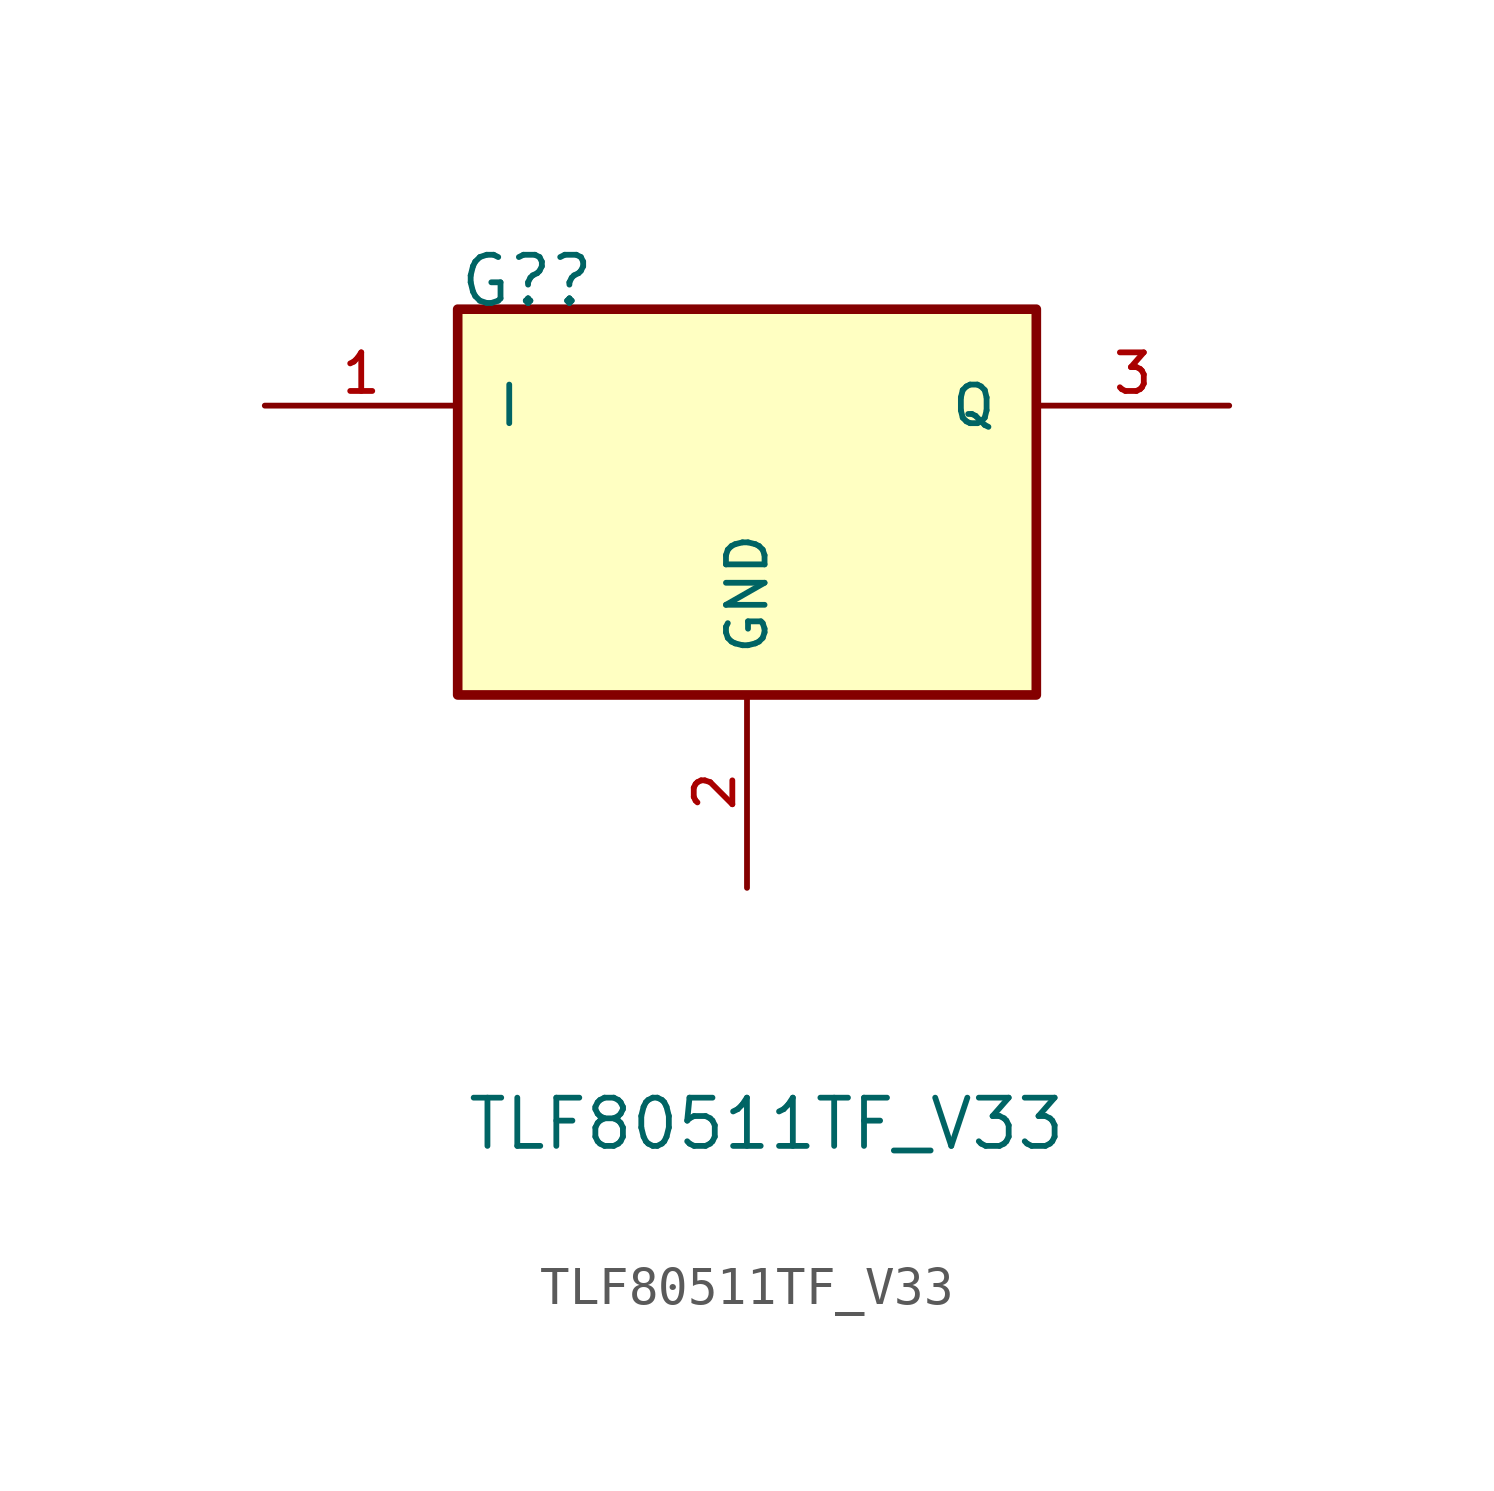
<source format=kicad_sym>
(kicad_symbol_lib
  (version 20211014)
  (generator kicad_symbol_editor)
  (symbol "TLF80511TF_V33"
    (pin_names
      (offset 1.016))
    (property "Reference" "G?"
      (at 0.0 0.0 0.0)
      (effects (font (size 1.27 1.27)) (justify bottom left)))
    (property "Value" "TLF80511TF_V33"
      (at 0.2 -22.2 0.0)
      (effects (font (size 1.27 1.27)) (justify bottom left)))
    (symbol "TLF80511TF_V33_0_0"
      (rectangle (start 0.0 -10.16) (end 15.24 -8.881784197e-16) (stroke (width 0.254)) (fill (type background)))
      (pin power_in line (at 7.62 -15.24 90.0) (length 5.08) (name "GND" (effects (font (size 1.016 1.016)))) (number "2" (effects (font (size 1.016 1.016)))))
      (pin power_in line (at -5.08 -2.54 0) (length 5.08) (name "I" (effects (font (size 1.016 1.016)))) (number "1" (effects (font (size 1.016 1.016)))))
      (pin power_in line (at 20.32 -2.54 180.0) (length 5.08) (name "Q" (effects (font (size 1.016 1.016)))) (number "3" (effects (font (size 1.016 1.016))))))))
</source>
